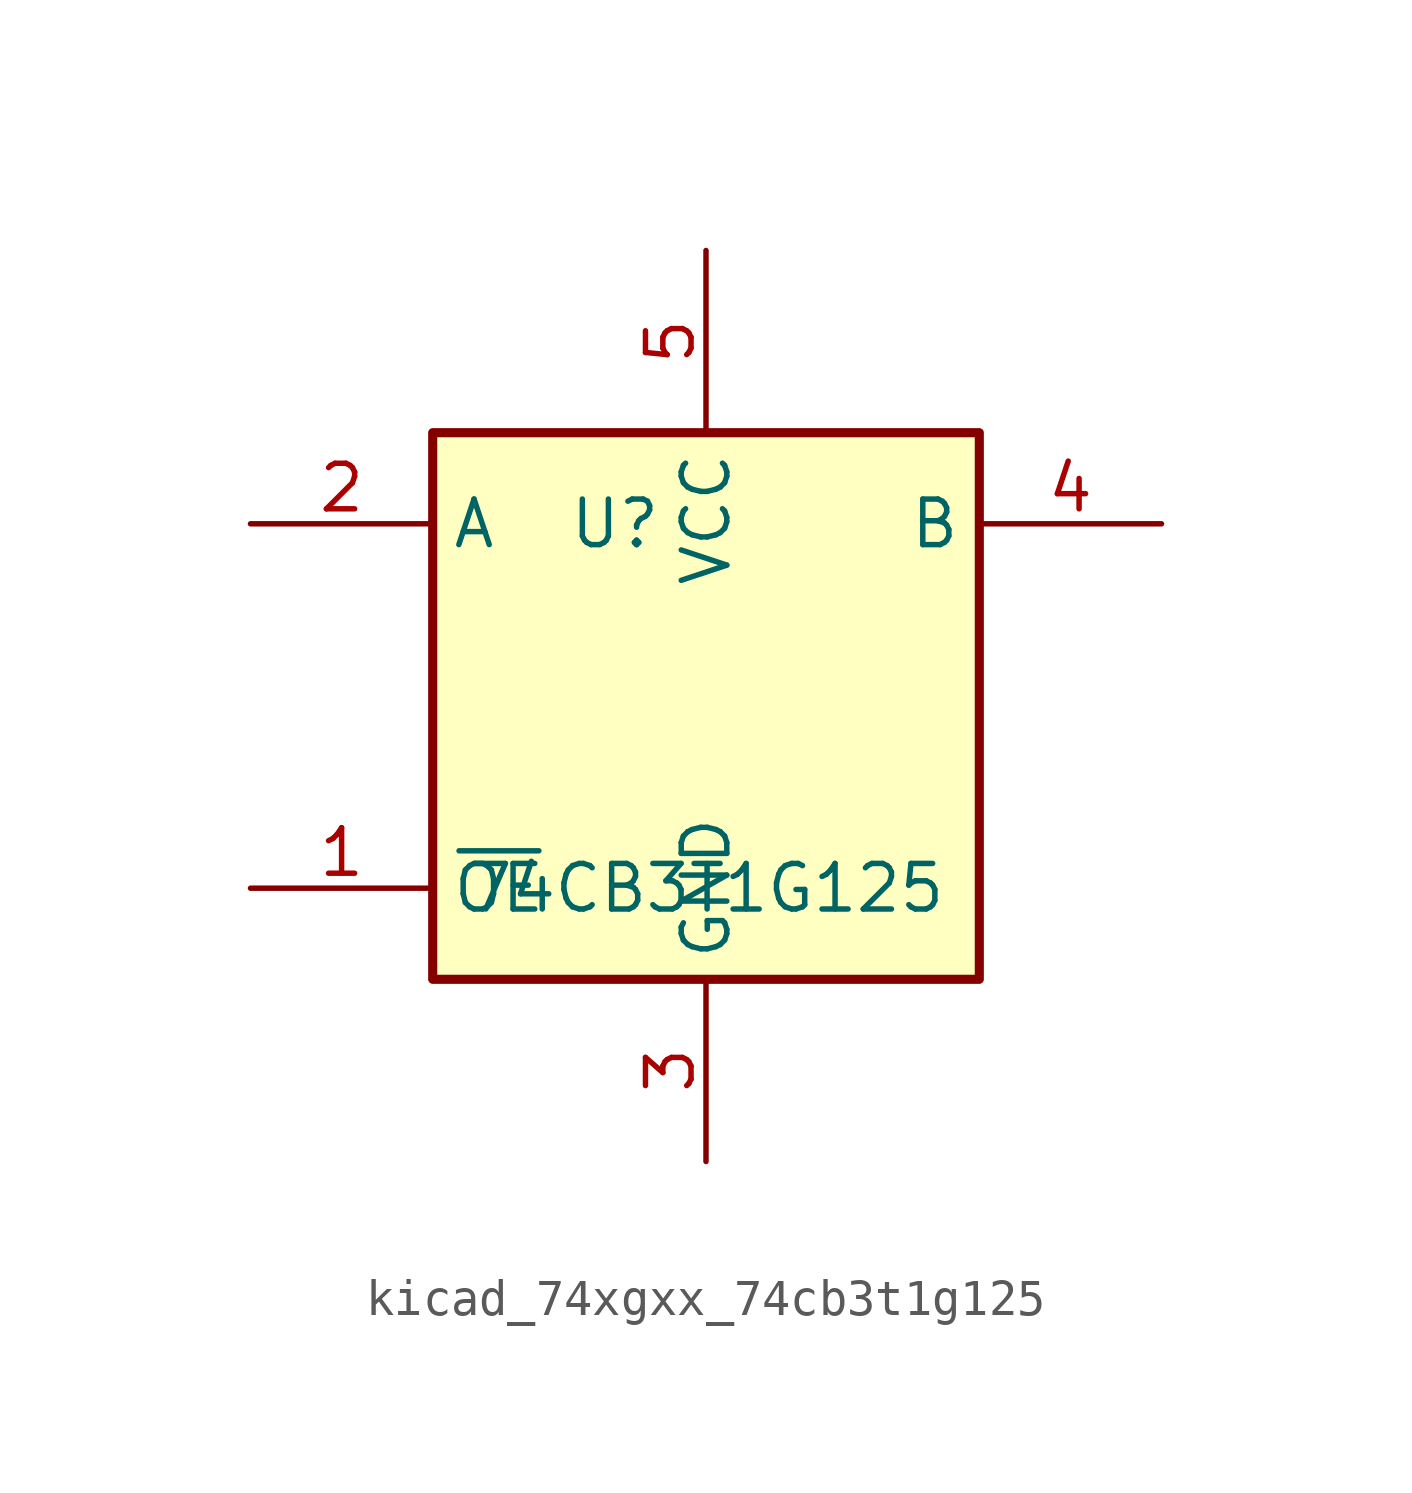
<source format=kicad_sym>
(kicad_symbol_lib
  (version 20220914)
  (generator kicad_symbol_editor)
  (symbol "kicad_74xgxx_74cb3t1g125"
    (property "Reference" "U"
      (at -2.54 5.08 0)
      (effects (font (size 1.27 1.27))))
    (property "Value" "74CB3T1G125"
      (at 0 -5.08 0)
      (effects (font (size 1.27 1.27))))
    (symbol "kicad_74xgxx_74cb3t1g125_0_1"
      (rectangle (start -7.62 7.62) (end 7.62 -7.62) (stroke (width 0.254) (type default)) (fill (type background))))
    (symbol "kicad_74xgxx_74cb3t1g125_1_1"
      (pin input line (at -12.7 -5.08 0) (length 5.08) (name "~{OE}" (effects (font (size 1.27 1.27)))) (number "1" (effects (font (size 1.27 1.27)))))
      (pin input line (at -12.7 5.08 0) (length 5.08) (name "A" (effects (font (size 1.27 1.27)))) (number "2" (effects (font (size 1.27 1.27)))))
      (pin power_in line (at 0 -12.7 90) (length 5.08) (name "GND" (effects (font (size 1.27 1.27)))) (number "3" (effects (font (size 1.27 1.27)))))
      (pin tri_state line (at 12.7 5.08 180) (length 5.08) (name "B" (effects (font (size 1.27 1.27)))) (number "4" (effects (font (size 1.27 1.27)))))
      (pin power_in line (at 0 12.7 270) (length 5.08) (name "VCC" (effects (font (size 1.27 1.27)))) (number "5" (effects (font (size 1.27 1.27))))))))
</source>
